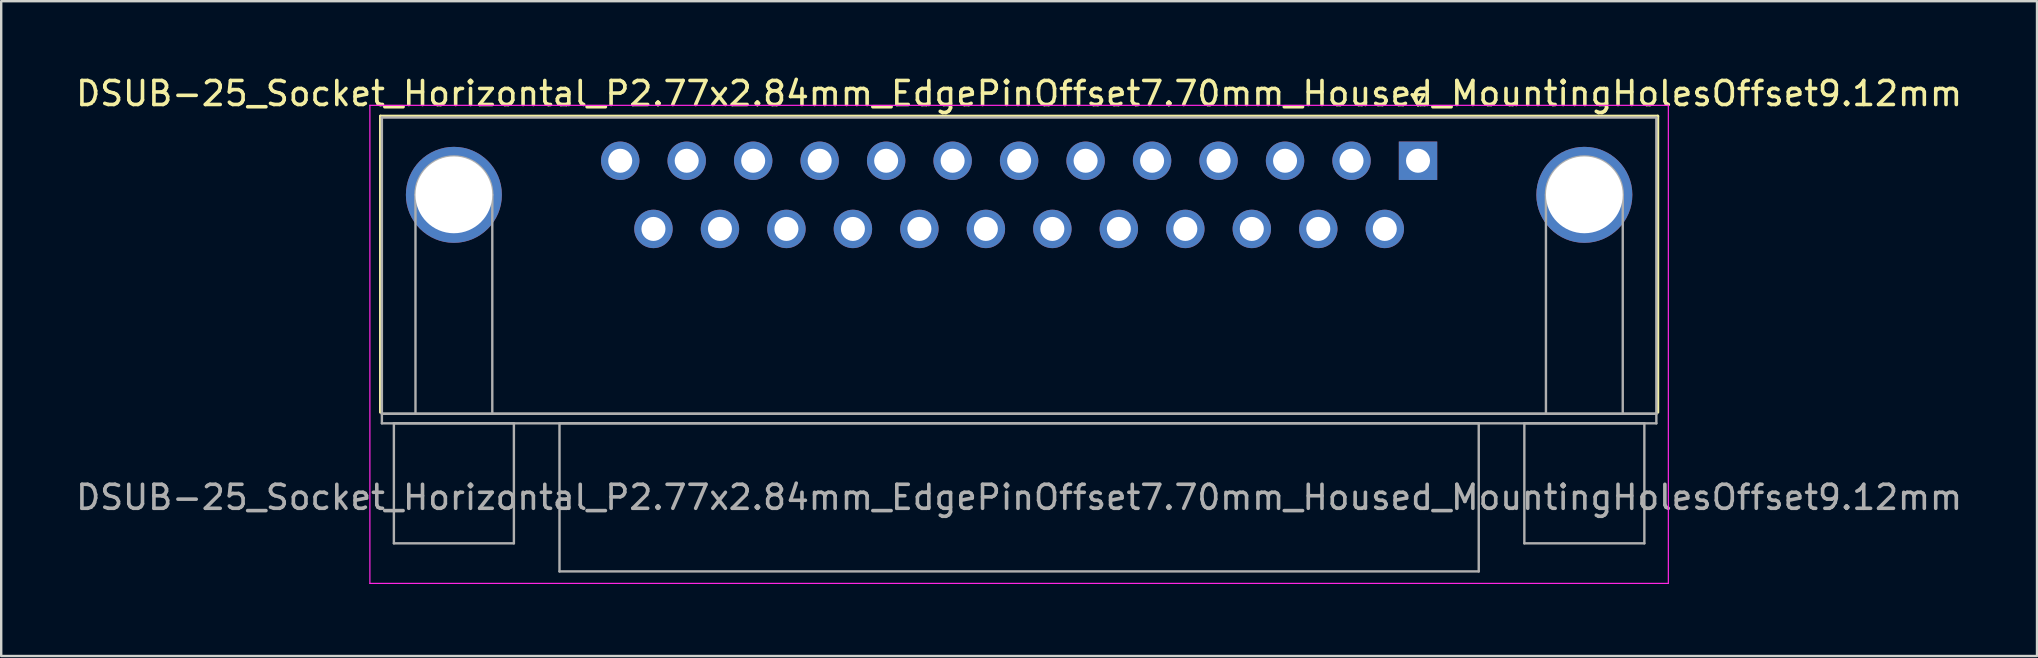
<source format=kicad_pcb>
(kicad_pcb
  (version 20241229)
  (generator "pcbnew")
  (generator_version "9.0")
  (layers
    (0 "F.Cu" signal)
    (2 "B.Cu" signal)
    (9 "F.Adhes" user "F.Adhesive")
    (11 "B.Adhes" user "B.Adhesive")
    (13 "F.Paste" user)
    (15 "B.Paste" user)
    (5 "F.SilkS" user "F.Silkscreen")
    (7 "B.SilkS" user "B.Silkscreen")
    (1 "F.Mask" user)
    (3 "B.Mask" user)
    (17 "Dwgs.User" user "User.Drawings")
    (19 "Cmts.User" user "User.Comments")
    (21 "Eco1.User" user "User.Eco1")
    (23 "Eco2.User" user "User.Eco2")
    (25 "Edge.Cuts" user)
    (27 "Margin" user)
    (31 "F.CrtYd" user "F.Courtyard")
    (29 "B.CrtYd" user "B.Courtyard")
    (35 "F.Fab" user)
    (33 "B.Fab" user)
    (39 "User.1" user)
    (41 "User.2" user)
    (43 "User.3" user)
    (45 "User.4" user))
  (footprint "DSUB-25_Socket_Horizontal_P2.77x2.84mm_EdgePinOffset7.70mm_Housed_MountingHolesOffset9.12mm"
    (layer "F.Cu")
    (at 56.031 3.648)
    (property "Reference" "DSUB-25_Socket_Horizontal_P2.77x2.84mm_EdgePinOffset7.70mm_Housed_MountingHolesOffset9.12mm" (at -16.62 -2.8 0) (layer "F.SilkS") (effects (font (size 1 1) (thickness 0.15))))
    (attr through_hole)
    (fp_line (start -43.23 -1.86) (end 9.99 -1.86) (stroke (width 0.12) (type solid)) (layer "F.SilkS"))
    (fp_line (start -43.23 10.48) (end -43.23 -1.86) (stroke (width 0.12) (type solid)) (layer "F.SilkS"))
    (fp_line (start -0.25 -2.754) (end 0.25 -2.754) (stroke (width 0.12) (type solid)) (layer "F.SilkS"))
    (fp_line (start 0 -2.321) (end -0.25 -2.754) (stroke (width 0.12) (type solid)) (layer "F.SilkS"))
    (fp_line (start 0.25 -2.754) (end 0 -2.321) (stroke (width 0.12) (type solid)) (layer "F.SilkS"))
    (fp_line (start 9.99 -1.86) (end 9.99 10.48) (stroke (width 0.12) (type solid)) (layer "F.SilkS"))
    (fp_line (start -43.67 -2.31) (end -43.67 17.61) (stroke (width 0.05) (type solid)) (layer "F.CrtYd"))
    (fp_line (start -43.67 17.61) (end 10.43 17.61) (stroke (width 0.05) (type solid)) (layer "F.CrtYd"))
    (fp_line (start 10.43 -2.31) (end -43.67 -2.31) (stroke (width 0.05) (type solid)) (layer "F.CrtYd"))
    (fp_line (start 10.43 17.61) (end 10.43 -2.31) (stroke (width 0.05) (type solid)) (layer "F.CrtYd"))
    (fp_line (start -43.17 -1.8) (end -43.17 10.54) (stroke (width 0.1) (type solid)) (layer "F.Fab"))
    (fp_line (start -43.17 10.54) (end -43.17 10.94) (stroke (width 0.1) (type solid)) (layer "F.Fab"))
    (fp_line (start -43.17 10.54) (end 9.93 10.54) (stroke (width 0.1) (type solid)) (layer "F.Fab"))
    (fp_line (start -43.17 10.94) (end 9.93 10.94) (stroke (width 0.1) (type solid)) (layer "F.Fab"))
    (fp_line (start -42.67 10.94) (end -42.67 15.94) (stroke (width 0.1) (type solid)) (layer "F.Fab"))
    (fp_line (start -42.67 15.94) (end -37.67 15.94) (stroke (width 0.1) (type solid)) (layer "F.Fab"))
    (fp_line (start -41.77 10.54) (end -41.77 1.42) (stroke (width 0.1) (type solid)) (layer "F.Fab"))
    (fp_line (start -38.57 10.54) (end -38.57 1.42) (stroke (width 0.1) (type solid)) (layer "F.Fab"))
    (fp_line (start -37.67 10.94) (end -42.67 10.94) (stroke (width 0.1) (type solid)) (layer "F.Fab"))
    (fp_line (start -37.67 15.94) (end -37.67 10.94) (stroke (width 0.1) (type solid)) (layer "F.Fab"))
    (fp_line (start -35.77 10.94) (end -35.77 17.11) (stroke (width 0.1) (type solid)) (layer "F.Fab"))
    (fp_line (start -35.77 17.11) (end 2.53 17.11) (stroke (width 0.1) (type solid)) (layer "F.Fab"))
    (fp_line (start 2.53 10.94) (end -35.77 10.94) (stroke (width 0.1) (type solid)) (layer "F.Fab"))
    (fp_line (start 2.53 17.11) (end 2.53 10.94) (stroke (width 0.1) (type solid)) (layer "F.Fab"))
    (fp_line (start 4.43 10.94) (end 4.43 15.94) (stroke (width 0.1) (type solid)) (layer "F.Fab"))
    (fp_line (start 4.43 15.94) (end 9.43 15.94) (stroke (width 0.1) (type solid)) (layer "F.Fab"))
    (fp_line (start 5.33 10.54) (end 5.33 1.42) (stroke (width 0.1) (type solid)) (layer "F.Fab"))
    (fp_line (start 8.53 10.54) (end 8.53 1.42) (stroke (width 0.1) (type solid)) (layer "F.Fab"))
    (fp_line (start 9.43 10.94) (end 4.43 10.94) (stroke (width 0.1) (type solid)) (layer "F.Fab"))
    (fp_line (start 9.43 15.94) (end 9.43 10.94) (stroke (width 0.1) (type solid)) (layer "F.Fab"))
    (fp_line (start 9.93 -1.8) (end -43.17 -1.8) (stroke (width 0.1) (type solid)) (layer "F.Fab"))
    (fp_line (start 9.93 10.54) (end -43.17 10.54) (stroke (width 0.1) (type solid)) (layer "F.Fab"))
    (fp_line (start 9.93 10.54) (end 9.93 -1.8) (stroke (width 0.1) (type solid)) (layer "F.Fab"))
    (fp_line (start 9.93 10.94) (end 9.93 10.54) (stroke (width 0.1) (type solid)) (layer "F.Fab"))
    (fp_arc (start -41.77 1.42) (mid -40.17 -0.18) (end -38.57 1.42) (stroke (width 0.1) (type solid)) (layer "F.Fab"))
    (fp_arc (start 5.33 1.42) (mid 6.93 -0.18) (end 8.53 1.42) (stroke (width 0.1) (type solid)) (layer "F.Fab"))
    (fp_text user "${REFERENCE}" (at -16.62 14.025 0) (layer "F.Fab") (effects (font (size 1 1) (thickness 0.15))))
    (pad "0" thru_hole circle (at -40.17 1.42) (size 4 4) (drill 3.2) (layers "*.Cu" "*.Mask"))
    (pad "0" thru_hole circle (at 6.93 1.42) (size 4 4) (drill 3.2) (layers "*.Cu" "*.Mask"))
    (pad "1" thru_hole rect (at 0 0) (size 1.6 1.6) (drill 1) (layers "*.Cu" "*.Mask"))
    (pad "2" thru_hole circle (at -2.77 0) (size 1.6 1.6) (drill 1) (layers "*.Cu" "*.Mask"))
    (pad "3" thru_hole circle (at -5.54 0) (size 1.6 1.6) (drill 1) (layers "*.Cu" "*.Mask"))
    (pad "4" thru_hole circle (at -8.31 0) (size 1.6 1.6) (drill 1) (layers "*.Cu" "*.Mask"))
    (pad "5" thru_hole circle (at -11.08 0) (size 1.6 1.6) (drill 1) (layers "*.Cu" "*.Mask"))
    (pad "6" thru_hole circle (at -13.85 0) (size 1.6 1.6) (drill 1) (layers "*.Cu" "*.Mask"))
    (pad "7" thru_hole circle (at -16.62 0) (size 1.6 1.6) (drill 1) (layers "*.Cu" "*.Mask"))
    (pad "8" thru_hole circle (at -19.39 0) (size 1.6 1.6) (drill 1) (layers "*.Cu" "*.Mask"))
    (pad "9" thru_hole circle (at -22.16 0) (size 1.6 1.6) (drill 1) (layers "*.Cu" "*.Mask"))
    (pad "10" thru_hole circle (at -24.93 0) (size 1.6 1.6) (drill 1) (layers "*.Cu" "*.Mask"))
    (pad "11" thru_hole circle (at -27.7 0) (size 1.6 1.6) (drill 1) (layers "*.Cu" "*.Mask"))
    (pad "12" thru_hole circle (at -30.47 0) (size 1.6 1.6) (drill 1) (layers "*.Cu" "*.Mask"))
    (pad "13" thru_hole circle (at -33.24 0) (size 1.6 1.6) (drill 1) (layers "*.Cu" "*.Mask"))
    (pad "14" thru_hole circle (at -1.385 2.84) (size 1.6 1.6) (drill 1) (layers "*.Cu" "*.Mask"))
    (pad "15" thru_hole circle (at -4.155 2.84) (size 1.6 1.6) (drill 1) (layers "*.Cu" "*.Mask"))
    (pad "16" thru_hole circle (at -6.925 2.84) (size 1.6 1.6) (drill 1) (layers "*.Cu" "*.Mask"))
    (pad "17" thru_hole circle (at -9.695 2.84) (size 1.6 1.6) (drill 1) (layers "*.Cu" "*.Mask"))
    (pad "18" thru_hole circle (at -12.465 2.84) (size 1.6 1.6) (drill 1) (layers "*.Cu" "*.Mask"))
    (pad "19" thru_hole circle (at -15.235 2.84) (size 1.6 1.6) (drill 1) (layers "*.Cu" "*.Mask"))
    (pad "20" thru_hole circle (at -18.005 2.84) (size 1.6 1.6) (drill 1) (layers "*.Cu" "*.Mask"))
    (pad "21" thru_hole circle (at -20.775 2.84) (size 1.6 1.6) (drill 1) (layers "*.Cu" "*.Mask"))
    (pad "22" thru_hole circle (at -23.545 2.84) (size 1.6 1.6) (drill 1) (layers "*.Cu" "*.Mask"))
    (pad "23" thru_hole circle (at -26.315 2.84) (size 1.6 1.6) (drill 1) (layers "*.Cu" "*.Mask"))
    (pad "24" thru_hole circle (at -29.085 2.84) (size 1.6 1.6) (drill 1) (layers "*.Cu" "*.Mask"))
    (pad "25" thru_hole circle (at -31.855 2.84) (size 1.6 1.6) (drill 1) (layers "*.Cu" "*.Mask")))
  (gr_rect
    (start -3 -3)
    (end 81.821 24.283)
    (stroke (width 0.1) (type default))
    (fill no)
    (layer "Edge.Cuts")))
</source>
